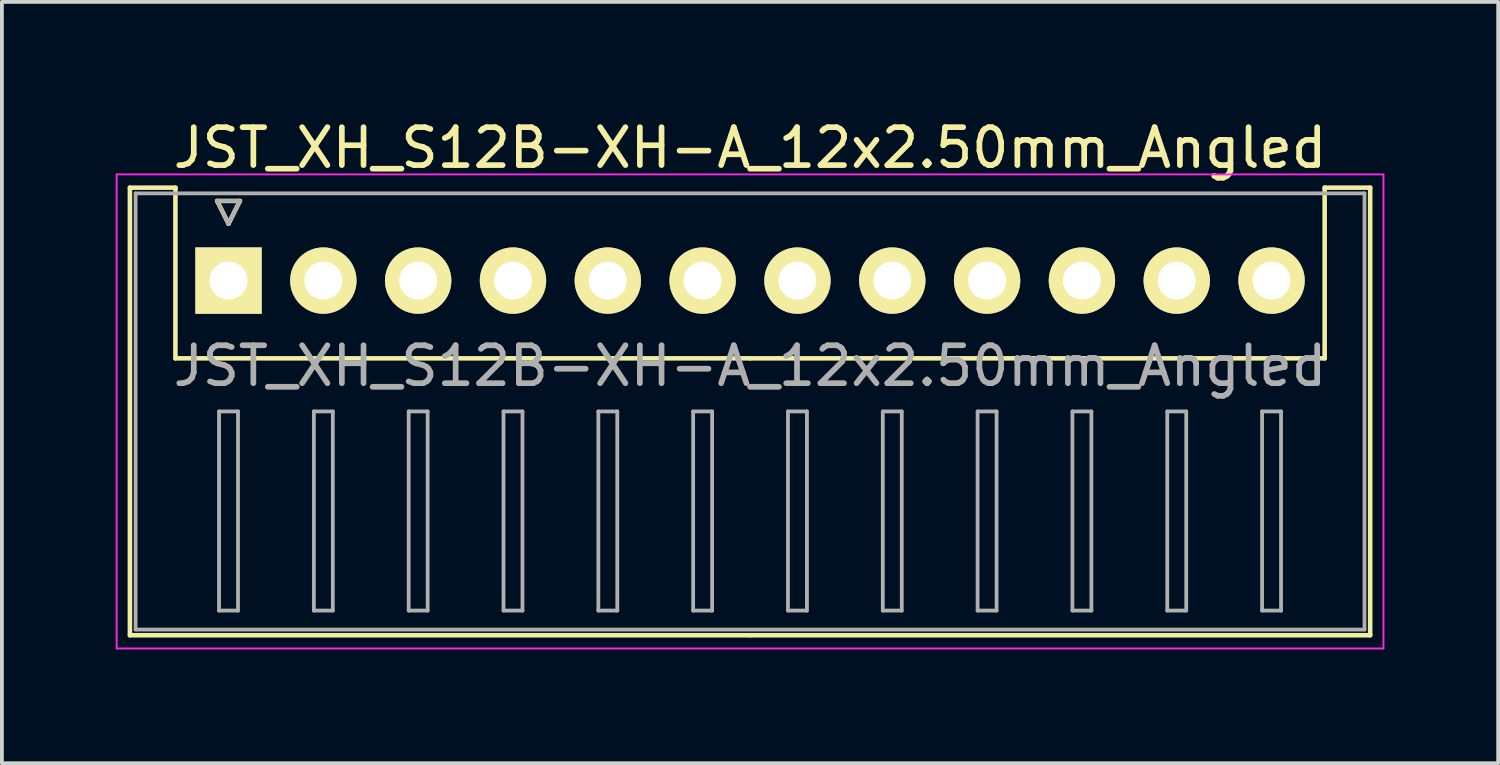
<source format=kicad_pcb>
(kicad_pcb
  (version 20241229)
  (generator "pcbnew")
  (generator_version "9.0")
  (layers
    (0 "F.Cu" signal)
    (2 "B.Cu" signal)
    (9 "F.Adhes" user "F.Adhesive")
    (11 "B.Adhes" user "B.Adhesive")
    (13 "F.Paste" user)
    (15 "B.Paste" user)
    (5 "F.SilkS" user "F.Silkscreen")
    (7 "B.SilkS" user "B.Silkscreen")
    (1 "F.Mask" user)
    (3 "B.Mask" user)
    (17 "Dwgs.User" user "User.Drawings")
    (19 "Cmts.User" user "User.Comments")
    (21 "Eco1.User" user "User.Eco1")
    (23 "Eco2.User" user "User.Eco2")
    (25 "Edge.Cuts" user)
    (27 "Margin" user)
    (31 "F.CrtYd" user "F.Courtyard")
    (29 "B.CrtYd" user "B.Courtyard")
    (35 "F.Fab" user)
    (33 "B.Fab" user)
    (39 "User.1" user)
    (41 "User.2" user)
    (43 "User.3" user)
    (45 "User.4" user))
  (footprint "JST_XH_S12B-XH-A_12x2.50mm_Angled"
    (layer "F.Cu")
    (at 2.975 4.348)
    (property "Reference" "JST_XH_S12B-XH-A_12x2.50mm_Angled" (at 13.75 -3.5 0) (layer "F.SilkS") (effects (font (size 1 1) (thickness 0.15))))
    (attr through_hole)
    (fp_line (start -2.6 -2.45) (end -1.4 -2.45) (stroke (width 0.12) (type solid)) (layer "F.SilkS"))
    (fp_line (start -2.6 9.35) (end -2.6 -2.45) (stroke (width 0.12) (type solid)) (layer "F.SilkS"))
    (fp_line (start -1.4 -2.45) (end -1.4 2.05) (stroke (width 0.12) (type solid)) (layer "F.SilkS"))
    (fp_line (start -1.4 2.05) (end 13.75 2.05) (stroke (width 0.12) (type solid)) (layer "F.SilkS"))
    (fp_line (start -0.3 -2.1) (end 0.3 -2.1) (stroke (width 0.12) (type solid)) (layer "F.SilkS"))
    (fp_line (start 0 -1.5) (end -0.3 -2.1) (stroke (width 0.12) (type solid)) (layer "F.SilkS"))
    (fp_line (start 0.3 -2.1) (end 0 -1.5) (stroke (width 0.12) (type solid)) (layer "F.SilkS"))
    (fp_line (start 13.75 9.35) (end -2.6 9.35) (stroke (width 0.12) (type solid)) (layer "F.SilkS"))
    (fp_line (start 13.75 9.35) (end 30.1 9.35) (stroke (width 0.12) (type solid)) (layer "F.SilkS"))
    (fp_line (start 28.9 -2.45) (end 28.9 2.05) (stroke (width 0.12) (type solid)) (layer "F.SilkS"))
    (fp_line (start 28.9 2.05) (end 13.75 2.05) (stroke (width 0.12) (type solid)) (layer "F.SilkS"))
    (fp_line (start 30.1 -2.45) (end 28.9 -2.45) (stroke (width 0.12) (type solid)) (layer "F.SilkS"))
    (fp_line (start 30.1 9.35) (end 30.1 -2.45) (stroke (width 0.12) (type solid)) (layer "F.SilkS"))
    (fp_line (start -2.95 -2.8) (end -2.95 9.7) (stroke (width 0.05) (type solid)) (layer "F.CrtYd"))
    (fp_line (start -2.95 9.7) (end 30.45 9.7) (stroke (width 0.05) (type solid)) (layer "F.CrtYd"))
    (fp_line (start 30.45 -2.8) (end -2.95 -2.8) (stroke (width 0.05) (type solid)) (layer "F.CrtYd"))
    (fp_line (start 30.45 9.7) (end 30.45 -2.8) (stroke (width 0.05) (type solid)) (layer "F.CrtYd"))
    (fp_line (start -2.45 -2.3) (end -2.45 9.2) (stroke (width 0.1) (type solid)) (layer "F.Fab"))
    (fp_line (start -2.45 9.2) (end 29.95 9.2) (stroke (width 0.1) (type solid)) (layer "F.Fab"))
    (fp_line (start -0.3 -2.1) (end 0.3 -2.1) (stroke (width 0.1) (type solid)) (layer "F.Fab"))
    (fp_line (start -0.25 3.45) (end -0.25 8.7) (stroke (width 0.1) (type solid)) (layer "F.Fab"))
    (fp_line (start -0.25 8.7) (end 0.25 8.7) (stroke (width 0.1) (type solid)) (layer "F.Fab"))
    (fp_line (start 0 -1.5) (end -0.3 -2.1) (stroke (width 0.1) (type solid)) (layer "F.Fab"))
    (fp_line (start 0.25 3.45) (end -0.25 3.45) (stroke (width 0.1) (type solid)) (layer "F.Fab"))
    (fp_line (start 0.25 8.7) (end 0.25 3.45) (stroke (width 0.1) (type solid)) (layer "F.Fab"))
    (fp_line (start 0.3 -2.1) (end 0 -1.5) (stroke (width 0.1) (type solid)) (layer "F.Fab"))
    (fp_line (start 2.25 3.45) (end 2.25 8.7) (stroke (width 0.1) (type solid)) (layer "F.Fab"))
    (fp_line (start 2.25 8.7) (end 2.75 8.7) (stroke (width 0.1) (type solid)) (layer "F.Fab"))
    (fp_line (start 2.75 3.45) (end 2.25 3.45) (stroke (width 0.1) (type solid)) (layer "F.Fab"))
    (fp_line (start 2.75 8.7) (end 2.75 3.45) (stroke (width 0.1) (type solid)) (layer "F.Fab"))
    (fp_line (start 4.75 3.45) (end 4.75 8.7) (stroke (width 0.1) (type solid)) (layer "F.Fab"))
    (fp_line (start 4.75 8.7) (end 5.25 8.7) (stroke (width 0.1) (type solid)) (layer "F.Fab"))
    (fp_line (start 5.25 3.45) (end 4.75 3.45) (stroke (width 0.1) (type solid)) (layer "F.Fab"))
    (fp_line (start 5.25 8.7) (end 5.25 3.45) (stroke (width 0.1) (type solid)) (layer "F.Fab"))
    (fp_line (start 7.25 3.45) (end 7.25 8.7) (stroke (width 0.1) (type solid)) (layer "F.Fab"))
    (fp_line (start 7.25 8.7) (end 7.75 8.7) (stroke (width 0.1) (type solid)) (layer "F.Fab"))
    (fp_line (start 7.75 3.45) (end 7.25 3.45) (stroke (width 0.1) (type solid)) (layer "F.Fab"))
    (fp_line (start 7.75 8.7) (end 7.75 3.45) (stroke (width 0.1) (type solid)) (layer "F.Fab"))
    (fp_line (start 9.75 3.45) (end 9.75 8.7) (stroke (width 0.1) (type solid)) (layer "F.Fab"))
    (fp_line (start 9.75 8.7) (end 10.25 8.7) (stroke (width 0.1) (type solid)) (layer "F.Fab"))
    (fp_line (start 10.25 3.45) (end 9.75 3.45) (stroke (width 0.1) (type solid)) (layer "F.Fab"))
    (fp_line (start 10.25 8.7) (end 10.25 3.45) (stroke (width 0.1) (type solid)) (layer "F.Fab"))
    (fp_line (start 12.25 3.45) (end 12.25 8.7) (stroke (width 0.1) (type solid)) (layer "F.Fab"))
    (fp_line (start 12.25 8.7) (end 12.75 8.7) (stroke (width 0.1) (type solid)) (layer "F.Fab"))
    (fp_line (start 12.75 3.45) (end 12.25 3.45) (stroke (width 0.1) (type solid)) (layer "F.Fab"))
    (fp_line (start 12.75 8.7) (end 12.75 3.45) (stroke (width 0.1) (type solid)) (layer "F.Fab"))
    (fp_line (start 14.75 3.45) (end 14.75 8.7) (stroke (width 0.1) (type solid)) (layer "F.Fab"))
    (fp_line (start 14.75 8.7) (end 15.25 8.7) (stroke (width 0.1) (type solid)) (layer "F.Fab"))
    (fp_line (start 15.25 3.45) (end 14.75 3.45) (stroke (width 0.1) (type solid)) (layer "F.Fab"))
    (fp_line (start 15.25 8.7) (end 15.25 3.45) (stroke (width 0.1) (type solid)) (layer "F.Fab"))
    (fp_line (start 17.25 3.45) (end 17.25 8.7) (stroke (width 0.1) (type solid)) (layer "F.Fab"))
    (fp_line (start 17.25 8.7) (end 17.75 8.7) (stroke (width 0.1) (type solid)) (layer "F.Fab"))
    (fp_line (start 17.75 3.45) (end 17.25 3.45) (stroke (width 0.1) (type solid)) (layer "F.Fab"))
    (fp_line (start 17.75 8.7) (end 17.75 3.45) (stroke (width 0.1) (type solid)) (layer "F.Fab"))
    (fp_line (start 19.75 3.45) (end 19.75 8.7) (stroke (width 0.1) (type solid)) (layer "F.Fab"))
    (fp_line (start 19.75 8.7) (end 20.25 8.7) (stroke (width 0.1) (type solid)) (layer "F.Fab"))
    (fp_line (start 20.25 3.45) (end 19.75 3.45) (stroke (width 0.1) (type solid)) (layer "F.Fab"))
    (fp_line (start 20.25 8.7) (end 20.25 3.45) (stroke (width 0.1) (type solid)) (layer "F.Fab"))
    (fp_line (start 22.25 3.45) (end 22.25 8.7) (stroke (width 0.1) (type solid)) (layer "F.Fab"))
    (fp_line (start 22.25 8.7) (end 22.75 8.7) (stroke (width 0.1) (type solid)) (layer "F.Fab"))
    (fp_line (start 22.75 3.45) (end 22.25 3.45) (stroke (width 0.1) (type solid)) (layer "F.Fab"))
    (fp_line (start 22.75 8.7) (end 22.75 3.45) (stroke (width 0.1) (type solid)) (layer "F.Fab"))
    (fp_line (start 24.75 3.45) (end 24.75 8.7) (stroke (width 0.1) (type solid)) (layer "F.Fab"))
    (fp_line (start 24.75 8.7) (end 25.25 8.7) (stroke (width 0.1) (type solid)) (layer "F.Fab"))
    (fp_line (start 25.25 3.45) (end 24.75 3.45) (stroke (width 0.1) (type solid)) (layer "F.Fab"))
    (fp_line (start 25.25 8.7) (end 25.25 3.45) (stroke (width 0.1) (type solid)) (layer "F.Fab"))
    (fp_line (start 27.25 3.45) (end 27.25 8.7) (stroke (width 0.1) (type solid)) (layer "F.Fab"))
    (fp_line (start 27.25 8.7) (end 27.75 8.7) (stroke (width 0.1) (type solid)) (layer "F.Fab"))
    (fp_line (start 27.75 3.45) (end 27.25 3.45) (stroke (width 0.1) (type solid)) (layer "F.Fab"))
    (fp_line (start 27.75 8.7) (end 27.75 3.45) (stroke (width 0.1) (type solid)) (layer "F.Fab"))
    (fp_line (start 29.95 -2.3) (end -2.45 -2.3) (stroke (width 0.1) (type solid)) (layer "F.Fab"))
    (fp_line (start 29.95 9.2) (end 29.95 -2.3) (stroke (width 0.1) (type solid)) (layer "F.Fab"))
    (fp_text user "${REFERENCE}" (at 13.75 2.25 0) (layer "F.Fab") (effects (font (size 1 1) (thickness 0.15))))
    (pad "1" thru_hole rect (at 0 0) (size 1.75 1.75) (drill 1) (layers "*.Cu" "*.Mask" "F.SilkS"))
    (pad "2" thru_hole circle (at 2.5 0) (size 1.75 1.75) (drill 1) (layers "*.Cu" "*.Mask" "F.SilkS"))
    (pad "3" thru_hole circle (at 5 0) (size 1.75 1.75) (drill 1) (layers "*.Cu" "*.Mask" "F.SilkS"))
    (pad "4" thru_hole circle (at 7.5 0) (size 1.75 1.75) (drill 1) (layers "*.Cu" "*.Mask" "F.SilkS"))
    (pad "5" thru_hole circle (at 10 0) (size 1.75 1.75) (drill 1) (layers "*.Cu" "*.Mask" "F.SilkS"))
    (pad "6" thru_hole circle (at 12.5 0) (size 1.75 1.75) (drill 1) (layers "*.Cu" "*.Mask" "F.SilkS"))
    (pad "7" thru_hole circle (at 15 0) (size 1.75 1.75) (drill 1) (layers "*.Cu" "*.Mask" "F.SilkS"))
    (pad "8" thru_hole circle (at 17.5 0) (size 1.75 1.75) (drill 1) (layers "*.Cu" "*.Mask" "F.SilkS"))
    (pad "9" thru_hole circle (at 20 0) (size 1.75 1.75) (drill 1) (layers "*.Cu" "*.Mask" "F.SilkS"))
    (pad "10" thru_hole circle (at 22.5 0) (size 1.75 1.75) (drill 1) (layers "*.Cu" "*.Mask" "F.SilkS"))
    (pad "11" thru_hole circle (at 25 0) (size 1.75 1.75) (drill 1) (layers "*.Cu" "*.Mask" "F.SilkS"))
    (pad "12" thru_hole circle (at 27.5 0) (size 1.75 1.75) (drill 1) (layers "*.Cu" "*.Mask" "F.SilkS")))
  (gr_rect
    (start -3 -3)
    (end 36.45 17.073)
    (stroke (width 0.1) (type default))
    (fill no)
    (layer "Edge.Cuts")))
</source>
